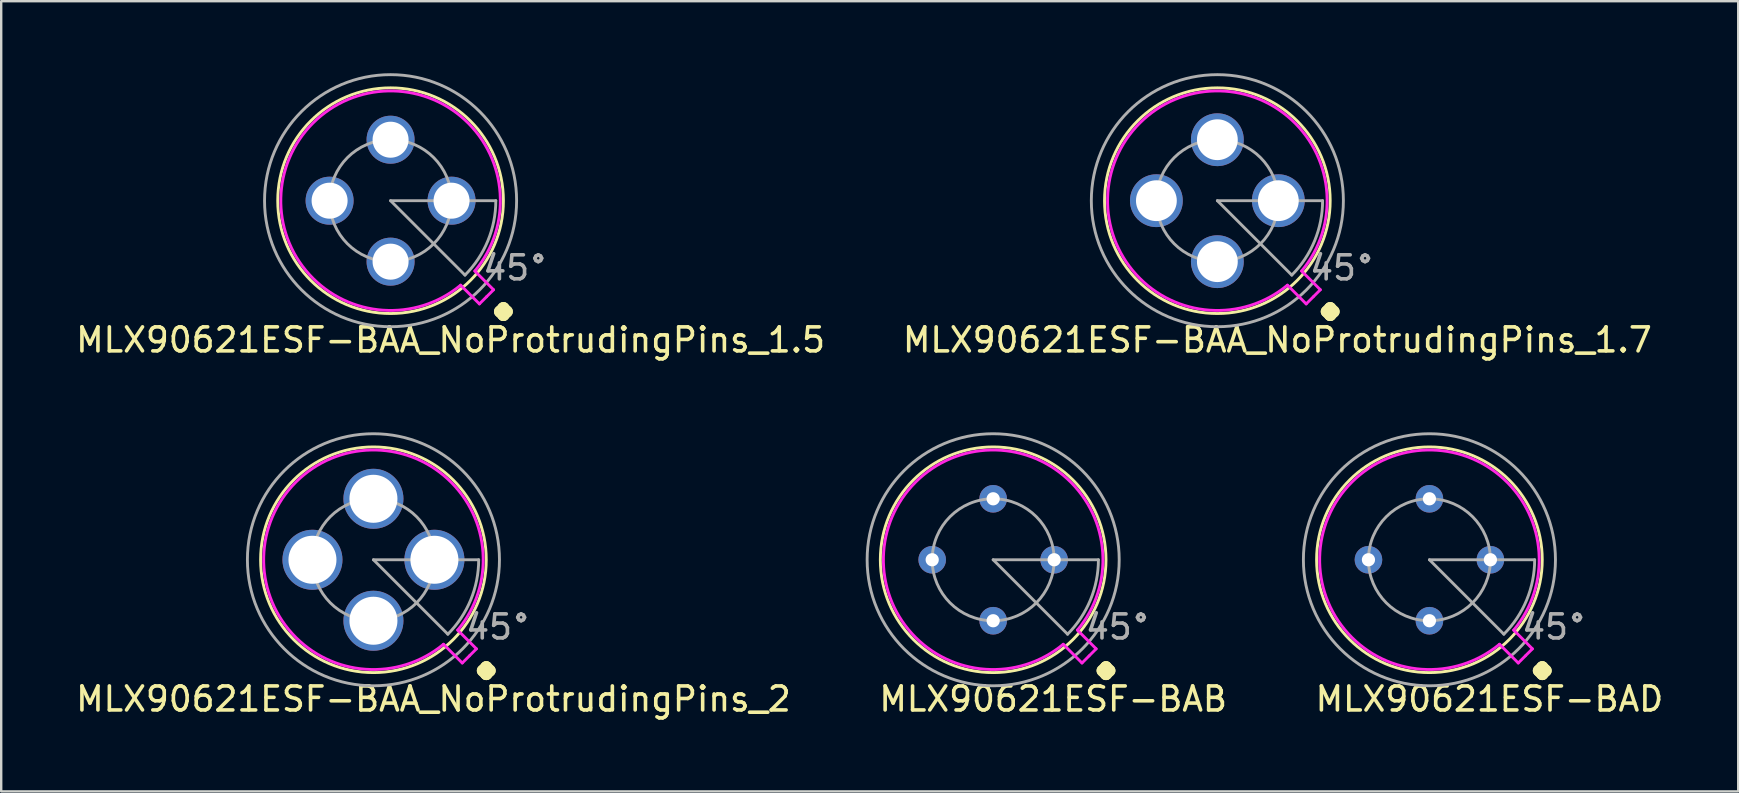
<source format=kicad_pcb>
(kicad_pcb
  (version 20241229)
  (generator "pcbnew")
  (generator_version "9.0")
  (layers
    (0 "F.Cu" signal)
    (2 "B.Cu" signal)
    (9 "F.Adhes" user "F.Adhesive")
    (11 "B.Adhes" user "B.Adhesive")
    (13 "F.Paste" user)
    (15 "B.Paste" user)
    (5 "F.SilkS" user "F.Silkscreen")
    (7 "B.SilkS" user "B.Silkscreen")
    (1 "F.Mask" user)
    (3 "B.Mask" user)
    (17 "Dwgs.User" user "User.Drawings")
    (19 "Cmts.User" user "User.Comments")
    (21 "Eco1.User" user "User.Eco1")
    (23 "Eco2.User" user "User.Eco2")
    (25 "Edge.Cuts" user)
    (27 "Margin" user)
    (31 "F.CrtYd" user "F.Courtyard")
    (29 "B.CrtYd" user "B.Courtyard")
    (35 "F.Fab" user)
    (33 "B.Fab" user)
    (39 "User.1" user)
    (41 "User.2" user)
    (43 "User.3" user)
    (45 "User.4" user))
  (footprint "MLX90621ESF-BAB"
    (layer "F.Cu")
    (at 38.322 20.268)
    (property "Reference" "MLX90621ESF-BAB" (at 2.5 5.8 0) (layer "F.SilkS") (effects (font (size 1 1) (thickness 0.15))))
    (attr through_hole)
    (fp_circle (center 0 0) (end 4.7 0) (stroke (width 0.12) (type solid)) (fill no) (layer "F.SilkS"))
    (fp_line (start 3.7 4.3) (end 2.92 3.52) (stroke (width 0.12) (type solid)) (layer "F.CrtYd"))
    (fp_line (start 3.7 4.3) (end 3.99 4.01) (stroke (width 0.12) (type solid)) (layer "F.CrtYd"))
    (fp_line (start 4 4) (end 4.29 3.71) (stroke (width 0.12) (type solid)) (layer "F.CrtYd"))
    (fp_line (start 4.29 3.71) (end 3.51 2.93) (stroke (width 0.12) (type solid)) (layer "F.CrtYd"))
    (fp_arc (start 2.919175 3.519006) (mid -3.228047 -3.238006) (end 3.509999 2.929999) (stroke (width 0.12) (type solid)) (layer "F.CrtYd"))
    (fp_line (start 0 0) (end 4.384 0) (stroke (width 0.12) (type solid)) (layer "F.Fab"))
    (fp_line (start 3.1 3.1) (end 0 0) (stroke (width 0.12) (type solid)) (layer "F.Fab"))
    (fp_arc (start 4.384061 0) (mid 4.050344 1.677707) (end 3.099999 3.099999) (stroke (width 0.12) (type solid)) (layer "F.Fab"))
    (fp_circle (center 0 0) (end 0 2.54) (stroke (width 0.12) (type solid)) (fill no) (layer "F.Fab"))
    (fp_circle (center 0 0) (end 5.25 0) (stroke (width 0.12) (type solid)) (fill no) (layer "F.Fab"))
    (fp_text user "." (at 4.7 3.4 0) (layer "F.SilkS") (effects (font (size 3 3) (thickness 0.5))))
    (fp_text user "45°" (at 5.2 2.8 0) (layer "F.Fab") (effects (font (size 1 1) (thickness 0.15))))
    (pad "1" thru_hole circle (at 2.54 0) (size 1.15 1.15) (drill 0.55) (layers "*.Cu" "*.Mask"))
    (pad "2" thru_hole circle (at 0 -2.54) (size 1.15 1.15) (drill 0.55) (layers "*.Cu" "*.Mask"))
    (pad "3" thru_hole circle (at -2.54 0) (size 1.15 1.15) (drill 0.55) (layers "*.Cu" "*.Mask"))
    (pad "4" thru_hole circle (at 0 2.54) (size 1.15 1.15) (drill 0.55) (layers "*.Cu" "*.Mask")))
  (footprint "MLX90621ESF-BAA_NoProtrudingPins_1.5"
    (layer "F.Cu")
    (at 13.22 5.31)
    (property "Reference" "MLX90621ESF-BAA_NoProtrudingPins_1.5" (at 2.5 5.8 0) (layer "F.SilkS") (effects (font (size 1 1) (thickness 0.15))))
    (attr through_hole)
    (fp_circle (center 0 0) (end 4.7 0) (stroke (width 0.12) (type solid)) (fill no) (layer "F.SilkS"))
    (fp_line (start 3.7 4.3) (end 2.92 3.52) (stroke (width 0.12) (type solid)) (layer "F.CrtYd"))
    (fp_line (start 3.7 4.3) (end 3.99 4.01) (stroke (width 0.12) (type solid)) (layer "F.CrtYd"))
    (fp_line (start 4 4) (end 4.29 3.71) (stroke (width 0.12) (type solid)) (layer "F.CrtYd"))
    (fp_line (start 4.29 3.71) (end 3.51 2.93) (stroke (width 0.12) (type solid)) (layer "F.CrtYd"))
    (fp_arc (start 2.919175 3.519006) (mid -3.228047 -3.238006) (end 3.509999 2.929999) (stroke (width 0.12) (type solid)) (layer "F.CrtYd"))
    (fp_line (start 0 0) (end 4.384 0) (stroke (width 0.12) (type solid)) (layer "F.Fab"))
    (fp_line (start 3.1 3.1) (end 0 0) (stroke (width 0.12) (type solid)) (layer "F.Fab"))
    (fp_arc (start 4.384061 0) (mid 4.050344 1.677707) (end 3.099999 3.099999) (stroke (width 0.12) (type solid)) (layer "F.Fab"))
    (fp_circle (center 0 0) (end 0 2.54) (stroke (width 0.12) (type solid)) (fill no) (layer "F.Fab"))
    (fp_circle (center 0 0) (end 5.25 0) (stroke (width 0.12) (type solid)) (fill no) (layer "F.Fab"))
    (fp_text user "." (at 4.7 3.4 0) (layer "F.SilkS") (effects (font (size 3 3) (thickness 0.5))))
    (fp_text user "45°" (at 5.2 2.8 0) (layer "F.Fab") (effects (font (size 1 1) (thickness 0.15))))
    (pad "1" thru_hole circle (at 2.54 0) (size 2 2) (drill 1.5) (layers "*.Cu" "*.Mask"))
    (pad "2" thru_hole circle (at 0 -2.54) (size 2 2) (drill 1.5) (layers "*.Cu" "*.Mask"))
    (pad "3" thru_hole circle (at -2.54 0) (size 2 2) (drill 1.5) (layers "*.Cu" "*.Mask"))
    (pad "4" thru_hole circle (at 0 2.54) (size 2 2) (drill 1.5) (layers "*.Cu" "*.Mask")))
  (footprint "MLX90621ESF-BAA_NoProtrudingPins_2"
    (layer "F.Cu")
    (at 12.506 20.268)
    (property "Reference" "MLX90621ESF-BAA_NoProtrudingPins_2" (at 2.5 5.8 0) (layer "F.SilkS") (effects (font (size 1 1) (thickness 0.15))))
    (attr through_hole)
    (fp_circle (center 0 0) (end 4.7 0) (stroke (width 0.12) (type solid)) (fill no) (layer "F.SilkS"))
    (fp_line (start 3.7 4.3) (end 2.92 3.52) (stroke (width 0.12) (type solid)) (layer "F.CrtYd"))
    (fp_line (start 3.7 4.3) (end 3.99 4.01) (stroke (width 0.12) (type solid)) (layer "F.CrtYd"))
    (fp_line (start 4 4) (end 4.29 3.71) (stroke (width 0.12) (type solid)) (layer "F.CrtYd"))
    (fp_line (start 4.29 3.71) (end 3.51 2.93) (stroke (width 0.12) (type solid)) (layer "F.CrtYd"))
    (fp_arc (start 2.919175 3.519006) (mid -3.228047 -3.238006) (end 3.509999 2.929999) (stroke (width 0.12) (type solid)) (layer "F.CrtYd"))
    (fp_line (start 0 0) (end 4.384 0) (stroke (width 0.12) (type solid)) (layer "F.Fab"))
    (fp_line (start 3.1 3.1) (end 0 0) (stroke (width 0.12) (type solid)) (layer "F.Fab"))
    (fp_arc (start 4.384061 0) (mid 4.050344 1.677707) (end 3.099999 3.099999) (stroke (width 0.12) (type solid)) (layer "F.Fab"))
    (fp_circle (center 0 0) (end 0 2.54) (stroke (width 0.12) (type solid)) (fill no) (layer "F.Fab"))
    (fp_circle (center 0 0) (end 5.25 0) (stroke (width 0.12) (type solid)) (fill no) (layer "F.Fab"))
    (fp_text user "." (at 4.7 3.4 0) (layer "F.SilkS") (effects (font (size 3 3) (thickness 0.5))))
    (fp_text user "45°" (at 5.2 2.8 0) (layer "F.Fab") (effects (font (size 1 1) (thickness 0.15))))
    (pad "1" thru_hole circle (at 2.54 0) (size 2.5 2.5) (drill 2) (layers "*.Cu" "*.Mask"))
    (pad "2" thru_hole circle (at 0 -2.54) (size 2.5 2.5) (drill 2) (layers "*.Cu" "*.Mask"))
    (pad "3" thru_hole circle (at -2.54 0) (size 2.5 2.5) (drill 2) (layers "*.Cu" "*.Mask"))
    (pad "4" thru_hole circle (at 0 2.54) (size 2.5 2.5) (drill 2) (layers "*.Cu" "*.Mask")))
  (footprint "MLX90621ESF-BAA_NoProtrudingPins_1.7"
    (layer "F.Cu")
    (at 47.661 5.31)
    (property "Reference" "MLX90621ESF-BAA_NoProtrudingPins_1.7" (at 2.5 5.8 0) (layer "F.SilkS") (effects (font (size 1 1) (thickness 0.15))))
    (attr through_hole)
    (fp_circle (center 0 0) (end 4.7 0) (stroke (width 0.12) (type solid)) (fill no) (layer "F.SilkS"))
    (fp_line (start 3.7 4.3) (end 2.92 3.52) (stroke (width 0.12) (type solid)) (layer "F.CrtYd"))
    (fp_line (start 3.7 4.3) (end 3.99 4.01) (stroke (width 0.12) (type solid)) (layer "F.CrtYd"))
    (fp_line (start 4 4) (end 4.29 3.71) (stroke (width 0.12) (type solid)) (layer "F.CrtYd"))
    (fp_line (start 4.29 3.71) (end 3.51 2.93) (stroke (width 0.12) (type solid)) (layer "F.CrtYd"))
    (fp_arc (start 2.919175 3.519006) (mid -3.228047 -3.238006) (end 3.509999 2.929999) (stroke (width 0.12) (type solid)) (layer "F.CrtYd"))
    (fp_line (start 0 0) (end 4.384 0) (stroke (width 0.12) (type solid)) (layer "F.Fab"))
    (fp_line (start 3.1 3.1) (end 0 0) (stroke (width 0.12) (type solid)) (layer "F.Fab"))
    (fp_arc (start 4.384061 0) (mid 4.050344 1.677707) (end 3.099999 3.099999) (stroke (width 0.12) (type solid)) (layer "F.Fab"))
    (fp_circle (center 0 0) (end 0 2.54) (stroke (width 0.12) (type solid)) (fill no) (layer "F.Fab"))
    (fp_circle (center 0 0) (end 5.25 0) (stroke (width 0.12) (type solid)) (fill no) (layer "F.Fab"))
    (fp_text user "." (at 4.7 3.4 0) (layer "F.SilkS") (effects (font (size 3 3) (thickness 0.5))))
    (fp_text user "45°" (at 5.2 2.8 0) (layer "F.Fab") (effects (font (size 1 1) (thickness 0.15))))
    (pad "1" thru_hole circle (at 2.54 0) (size 2.2 2.2) (drill 1.7) (layers "*.Cu" "*.Mask"))
    (pad "2" thru_hole circle (at 0 -2.54) (size 2.2 2.2) (drill 1.7) (layers "*.Cu" "*.Mask"))
    (pad "3" thru_hole circle (at -2.54 0) (size 2.2 2.2) (drill 1.7) (layers "*.Cu" "*.Mask"))
    (pad "4" thru_hole circle (at 0 2.54) (size 2.2 2.2) (drill 1.7) (layers "*.Cu" "*.Mask")))
  (footprint "MLX90621ESF-BAD"
    (layer "F.Cu")
    (at 56.495 20.268)
    (property "Reference" "MLX90621ESF-BAD" (at 2.5 5.8 0) (layer "F.SilkS") (effects (font (size 1 1) (thickness 0.15))))
    (attr through_hole)
    (fp_circle (center 0 0) (end 4.7 0) (stroke (width 0.12) (type solid)) (fill no) (layer "F.SilkS"))
    (fp_line (start 3.7 4.3) (end 2.92 3.52) (stroke (width 0.12) (type solid)) (layer "F.CrtYd"))
    (fp_line (start 3.7 4.3) (end 3.99 4.01) (stroke (width 0.12) (type solid)) (layer "F.CrtYd"))
    (fp_line (start 4 4) (end 4.29 3.71) (stroke (width 0.12) (type solid)) (layer "F.CrtYd"))
    (fp_line (start 4.29 3.71) (end 3.51 2.93) (stroke (width 0.12) (type solid)) (layer "F.CrtYd"))
    (fp_arc (start 2.919175 3.519006) (mid -3.228047 -3.238006) (end 3.509999 2.929999) (stroke (width 0.12) (type solid)) (layer "F.CrtYd"))
    (fp_line (start 0 0) (end 4.384 0) (stroke (width 0.12) (type solid)) (layer "F.Fab"))
    (fp_line (start 3.1 3.1) (end 0 0) (stroke (width 0.12) (type solid)) (layer "F.Fab"))
    (fp_arc (start 4.384061 0) (mid 4.050344 1.677707) (end 3.099999 3.099999) (stroke (width 0.12) (type solid)) (layer "F.Fab"))
    (fp_circle (center 0 0) (end 0 2.54) (stroke (width 0.12) (type solid)) (fill no) (layer "F.Fab"))
    (fp_circle (center 0 0) (end 5.25 0) (stroke (width 0.12) (type solid)) (fill no) (layer "F.Fab"))
    (fp_text user "." (at 4.7 3.4 0) (layer "F.SilkS") (effects (font (size 3 3) (thickness 0.5))))
    (fp_text user "45°" (at 5.2 2.8 0) (layer "F.Fab") (effects (font (size 1 1) (thickness 0.15))))
    (pad "1" thru_hole circle (at 2.54 0) (size 1.15 1.15) (drill 0.55) (layers "*.Cu" "*.Mask"))
    (pad "2" thru_hole circle (at 0 -2.54) (size 1.15 1.15) (drill 0.55) (layers "*.Cu" "*.Mask"))
    (pad "3" thru_hole circle (at -2.54 0) (size 1.15 1.15) (drill 0.55) (layers "*.Cu" "*.Mask"))
    (pad "4" thru_hole circle (at 0 2.54) (size 1.15 1.15) (drill 0.55) (layers "*.Cu" "*.Mask")))
  (gr_rect
    (start -3 -3)
    (end 69.358 29.916)
    (stroke (width 0.1) (type default))
    (fill no)
    (layer "Edge.Cuts")))
</source>
